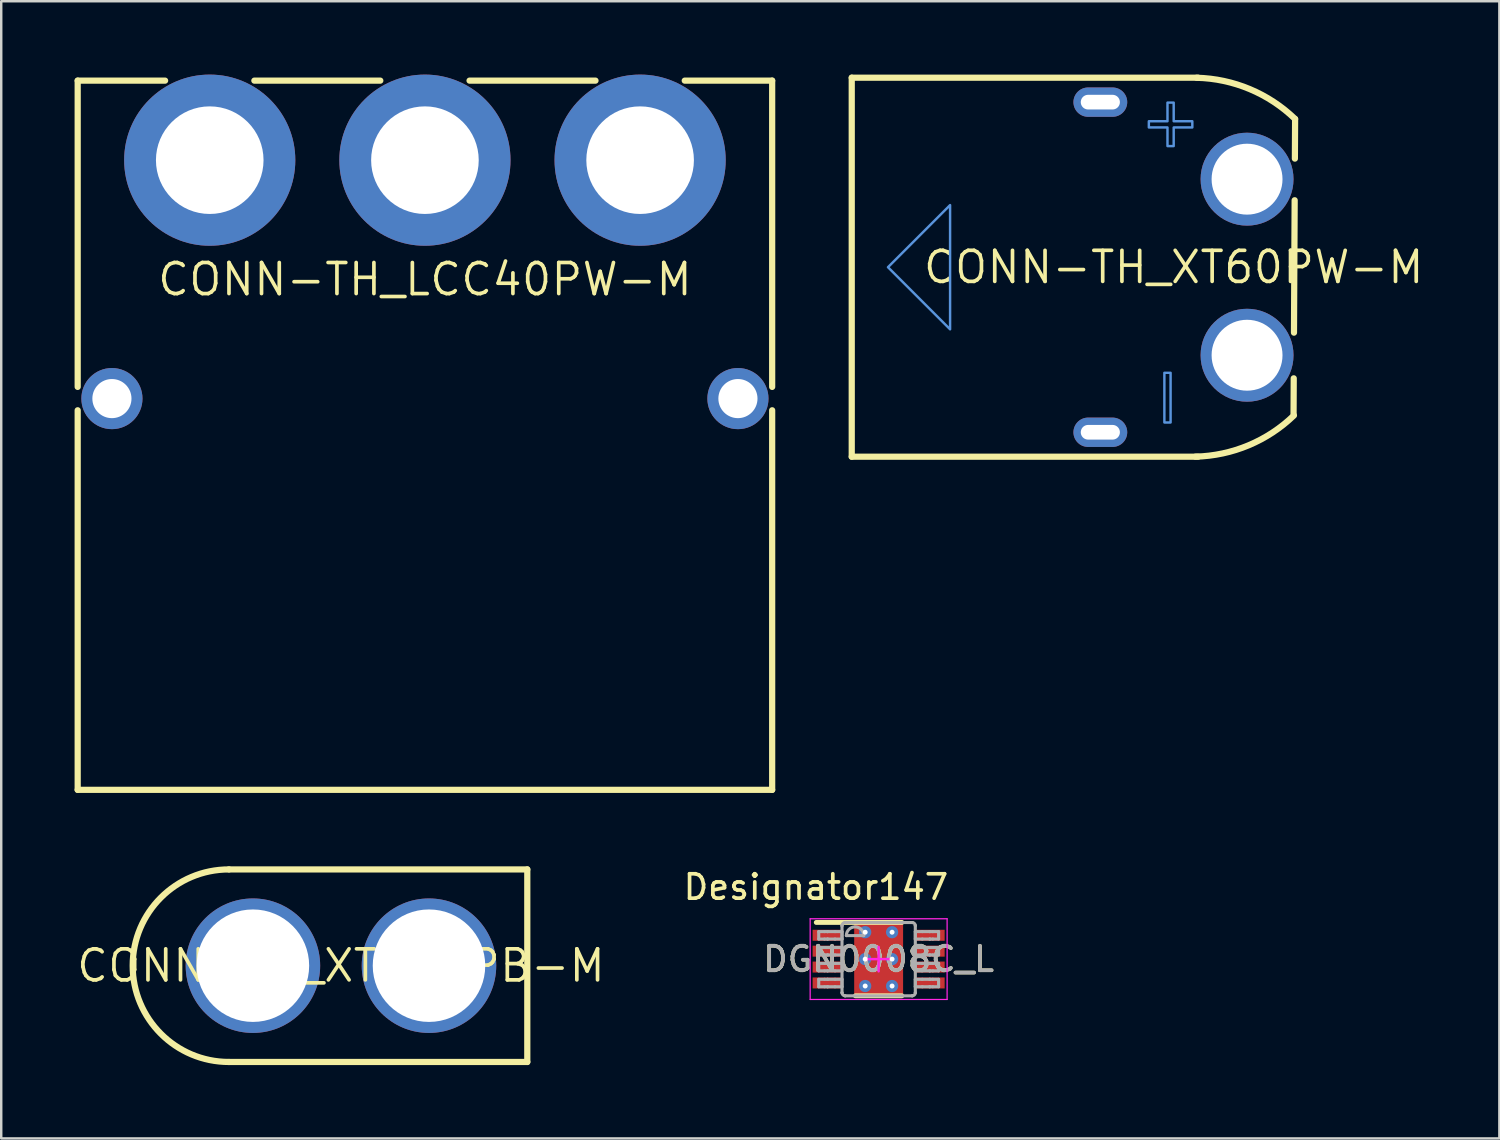
<source format=kicad_pcb>
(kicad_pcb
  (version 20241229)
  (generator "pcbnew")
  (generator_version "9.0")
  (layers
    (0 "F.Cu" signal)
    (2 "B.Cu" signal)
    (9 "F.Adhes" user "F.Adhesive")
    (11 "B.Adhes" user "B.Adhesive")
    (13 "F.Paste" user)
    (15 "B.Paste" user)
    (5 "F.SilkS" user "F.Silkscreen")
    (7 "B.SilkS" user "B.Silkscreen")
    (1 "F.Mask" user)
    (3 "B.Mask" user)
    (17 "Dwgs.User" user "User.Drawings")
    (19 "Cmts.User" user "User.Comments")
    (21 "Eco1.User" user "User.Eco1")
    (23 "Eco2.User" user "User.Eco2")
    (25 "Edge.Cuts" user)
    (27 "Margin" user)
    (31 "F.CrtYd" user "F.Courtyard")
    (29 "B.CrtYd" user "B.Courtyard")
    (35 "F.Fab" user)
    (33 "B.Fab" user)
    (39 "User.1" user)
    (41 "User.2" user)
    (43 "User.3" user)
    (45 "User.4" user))
  (footprint "CONN-TH_XT60UPB-M"
    (layer "F.Cu")
    (at 10.893 36.441)
    (property "Reference" "CONN-TH_XT60UPB-M" (at 0 0 0) (layer "F.SilkS") (effects (font (size 1.27 1.27) (thickness 0.15))))
    (attr through_hole)
    (fp_line (start -4.58 -3.937) (end 7.62 -3.937) (stroke (width 0.254) (type solid)) (layer "F.SilkS"))
    (fp_line (start 7.62 -3.937) (end 7.62 3.937) (stroke (width 0.254) (type solid)) (layer "F.SilkS"))
    (fp_line (start 7.62 3.937) (end -4.58 3.937) (stroke (width 0.254) (type solid)) (layer "F.SilkS"))
    (fp_arc (start -4.58 3.937) (mid -8.517 0) (end -4.58 -3.937) (stroke (width 0.254) (type solid)) (layer "F.SilkS"))
    (fp_text user "" (at 0 0 0) (layer "Cmts.User") (effects (font (size 1 1) (thickness 0.15))))
    (pad "1" thru_hole circle (at -3.6 0) (size 5.5 5.5) (drill 4.6) (layers "*.Cu" "*.Paste" "*.Mask"))
    (pad "2" thru_hole circle (at 3.6 0) (size 5.5 5.5) (drill 4.6) (layers "*.Cu" "*.Paste" "*.Mask")))
  (footprint "DGN0008C_L"
    (layer "F.Cu")
    (at 32.881 36.172)
    (property "Reference" "DGN0008C_L" (at 0 0 0) (unlocked yes) (layer "F.SilkS") (effects (font (size 1 1) (thickness 0.15))))
    (attr smd)
    (fp_poly (pts (xy -0.8 0.912) (xy -0.8 -0.912) (xy -0.799 -0.921) (xy -0.796 -0.93) (xy -0.792 -0.939) (xy -0.786 -0.946) (xy -0.779 -0.952) (xy -0.77 -0.956) (xy -0.761 -0.959) (xy -0.752 -0.96) (xy 0.752 -0.96) (xy 0.761 -0.959) (xy 0.77 -0.956) (xy 0.779 -0.952) (xy 0.786 -0.946) (xy 0.792 -0.939) (xy 0.796 -0.93) (xy 0.799 -0.921) (xy 0.8 -0.912) (xy 0.8 0.912) (xy 0.799 0.921) (xy 0.796 0.93) (xy 0.792 0.939) (xy 0.786 0.946) (xy 0.779 0.952) (xy 0.77 0.956) (xy 0.761 0.959) (xy 0.752 0.96) (xy -0.752 0.96) (xy -0.761 0.959) (xy -0.77 0.956) (xy -0.779 0.952) (xy -0.786 0.946) (xy -0.792 0.939) (xy -0.796 0.93) (xy -0.799 0.921)) (stroke (width 0) (type solid)) (fill yes) (layer "F.Mask"))
    (fp_line (start -2.55 -1.5) (end 0.95 -1.5) (stroke (width 0.2) (type solid)) (layer "F.SilkS"))
    (fp_line (start -0.95 1.5) (end 0.95 1.5) (stroke (width 0.2) (type solid)) (layer "F.SilkS"))
    (fp_poly (pts (xy -0.8 0.912) (xy -0.8 -0.912) (xy -0.799 -0.921) (xy -0.796 -0.93) (xy -0.792 -0.939) (xy -0.786 -0.946) (xy -0.779 -0.952) (xy -0.77 -0.956) (xy -0.761 -0.959) (xy -0.752 -0.96) (xy 0.752 -0.96) (xy 0.761 -0.959) (xy 0.77 -0.956) (xy 0.779 -0.952) (xy 0.786 -0.946) (xy 0.792 -0.939) (xy 0.796 -0.93) (xy 0.799 -0.921) (xy 0.8 -0.912) (xy 0.8 0.912) (xy 0.799 0.921) (xy 0.796 0.93) (xy 0.792 0.939) (xy 0.786 0.946) (xy 0.779 0.952) (xy 0.77 0.956) (xy 0.761 0.959) (xy 0.752 0.96) (xy -0.752 0.96) (xy -0.761 0.959) (xy -0.77 0.956) (xy -0.779 0.952) (xy -0.786 0.946) (xy -0.792 0.939) (xy -0.796 0.93) (xy -0.799 0.921)) (stroke (width 0) (type solid)) (fill yes) (layer "F.Paste"))
    (fp_line (start -2.8 -1.65) (end 2.8 -1.65) (stroke (width 0.05) (type solid)) (layer "F.CrtYd"))
    (fp_line (start -2.8 1.65) (end -2.8 -1.65) (stroke (width 0.05) (type solid)) (layer "F.CrtYd"))
    (fp_line (start -2.8 1.65) (end 2.8 1.65) (stroke (width 0.05) (type solid)) (layer "F.CrtYd"))
    (fp_line (start -0.5 0) (end 0.5 0) (stroke (width 0.1) (type solid)) (layer "F.CrtYd"))
    (fp_line (start -0.000003 0.5) (end -0.000003 -0.5) (stroke (width 0.1) (type solid)) (layer "F.CrtYd"))
    (fp_line (start 2.8 1.65) (end 2.8 -1.65) (stroke (width 0.05) (type solid)) (layer "F.CrtYd"))
    (fp_line (start -2.45 -1.125) (end -2.21 -1.125) (stroke (width 0.127) (type solid)) (layer "F.Fab"))
    (fp_line (start -2.45 -0.82) (end -2.45 -1.125) (stroke (width 0.127) (type solid)) (layer "F.Fab"))
    (fp_line (start -2.45 -0.82) (end -2.21 -0.82) (stroke (width 0.127) (type solid)) (layer "F.Fab"))
    (fp_line (start -2.45 -0.475) (end -2.21 -0.475) (stroke (width 0.127) (type solid)) (layer "F.Fab"))
    (fp_line (start -2.45 -0.17) (end -2.45 -0.475) (stroke (width 0.127) (type solid)) (layer "F.Fab"))
    (fp_line (start -2.45 -0.17) (end -2.21 -0.17) (stroke (width 0.127) (type solid)) (layer "F.Fab"))
    (fp_line (start -2.45 0.175) (end -2.21 0.175) (stroke (width 0.127) (type solid)) (layer "F.Fab"))
    (fp_line (start -2.45 0.48) (end -2.45 0.175) (stroke (width 0.127) (type solid)) (layer "F.Fab"))
    (fp_line (start -2.45 0.48) (end -2.21 0.48) (stroke (width 0.127) (type solid)) (layer "F.Fab"))
    (fp_line (start -2.45 0.826) (end -2.21 0.826) (stroke (width 0.127) (type solid)) (layer "F.Fab"))
    (fp_line (start -2.45 1.131) (end -2.45 0.826) (stroke (width 0.127) (type solid)) (layer "F.Fab"))
    (fp_line (start -2.45 1.131) (end -2.21 1.131) (stroke (width 0.127) (type solid)) (layer "F.Fab"))
    (fp_line (start -2.21 -1.125) (end -2.09 -1.125) (stroke (width 0.127) (type solid)) (layer "F.Fab"))
    (fp_line (start -2.21 -0.82) (end -2.09 -0.82) (stroke (width 0.127) (type solid)) (layer "F.Fab"))
    (fp_line (start -2.21 -0.475) (end -2.09 -0.475) (stroke (width 0.127) (type solid)) (layer "F.Fab"))
    (fp_line (start -2.21 -0.17) (end -2.09 -0.17) (stroke (width 0.127) (type solid)) (layer "F.Fab"))
    (fp_line (start -2.21 0.175) (end -2.09 0.175) (stroke (width 0.127) (type solid)) (layer "F.Fab"))
    (fp_line (start -2.21 0.48) (end -2.09 0.48) (stroke (width 0.127) (type solid)) (layer "F.Fab"))
    (fp_line (start -2.21 0.826) (end -2.09 0.826) (stroke (width 0.127) (type solid)) (layer "F.Fab"))
    (fp_line (start -2.21 1.131) (end -2.09 1.131) (stroke (width 0.127) (type solid)) (layer "F.Fab"))
    (fp_line (start -2.09 -1.125) (end -2.087 -1.125) (stroke (width 0.127) (type solid)) (layer "F.Fab"))
    (fp_line (start -2.09 -0.82) (end -2.087 -0.82) (stroke (width 0.127) (type solid)) (layer "F.Fab"))
    (fp_line (start -2.09 -0.475) (end -2.087 -0.475) (stroke (width 0.127) (type solid)) (layer "F.Fab"))
    (fp_line (start -2.09 -0.17) (end -2.087 -0.17) (stroke (width 0.127) (type solid)) (layer "F.Fab"))
    (fp_line (start -2.09 0.175) (end -2.087 0.175) (stroke (width 0.127) (type solid)) (layer "F.Fab"))
    (fp_line (start -2.09 0.48) (end -2.087 0.48) (stroke (width 0.127) (type solid)) (layer "F.Fab"))
    (fp_line (start -2.09 0.826) (end -2.087 0.826) (stroke (width 0.127) (type solid)) (layer "F.Fab"))
    (fp_line (start -2.09 1.131) (end -2.087 1.131) (stroke (width 0.127) (type solid)) (layer "F.Fab"))
    (fp_line (start -2.087 -1.125) (end -1.784 -1.125) (stroke (width 0.127) (type solid)) (layer "F.Fab"))
    (fp_line (start -2.087 -0.82) (end -1.784 -0.82) (stroke (width 0.127) (type solid)) (layer "F.Fab"))
    (fp_line (start -2.087 -0.475) (end -1.784 -0.475) (stroke (width 0.127) (type solid)) (layer "F.Fab"))
    (fp_line (start -2.087 -0.17) (end -1.784 -0.17) (stroke (width 0.127) (type solid)) (layer "F.Fab"))
    (fp_line (start -2.087 0.175) (end -1.784 0.175) (stroke (width 0.127) (type solid)) (layer "F.Fab"))
    (fp_line (start -2.087 0.48) (end -1.784 0.48) (stroke (width 0.127) (type solid)) (layer "F.Fab"))
    (fp_line (start -2.087 0.826) (end -1.784 0.826) (stroke (width 0.127) (type solid)) (layer "F.Fab"))
    (fp_line (start -2.087 1.131) (end -1.784 1.131) (stroke (width 0.127) (type solid)) (layer "F.Fab"))
    (fp_line (start -1.784 -1.125) (end -1.498 -1.125) (stroke (width 0.127) (type solid)) (layer "F.Fab"))
    (fp_line (start -1.784 -0.82) (end -1.498 -0.82) (stroke (width 0.127) (type solid)) (layer "F.Fab"))
    (fp_line (start -1.784 -0.475) (end -1.498 -0.475) (stroke (width 0.127) (type solid)) (layer "F.Fab"))
    (fp_line (start -1.784 -0.17) (end -1.498 -0.17) (stroke (width 0.127) (type solid)) (layer "F.Fab"))
    (fp_line (start -1.784 0.175) (end -1.498 0.175) (stroke (width 0.127) (type solid)) (layer "F.Fab"))
    (fp_line (start -1.784 0.48) (end -1.498 0.48) (stroke (width 0.127) (type solid)) (layer "F.Fab"))
    (fp_line (start -1.784 0.826) (end -1.498 0.826) (stroke (width 0.127) (type solid)) (layer "F.Fab"))
    (fp_line (start -1.784 1.131) (end -1.498 1.131) (stroke (width 0.127) (type solid)) (layer "F.Fab"))
    (fp_line (start -1.498 -1.369) (end -1.497 -1.372) (stroke (width 0.127) (type solid)) (layer "F.Fab"))
    (fp_line (start -1.498 -0.82) (end -1.498 -1.125) (stroke (width 0.127) (type solid)) (layer "F.Fab"))
    (fp_line (start -1.498 -0.17) (end -1.498 -0.475) (stroke (width 0.127) (type solid)) (layer "F.Fab"))
    (fp_line (start -1.498 0.48) (end -1.498 0.175) (stroke (width 0.127) (type solid)) (layer "F.Fab"))
    (fp_line (start -1.498 1.131) (end -1.498 0.826) (stroke (width 0.127) (type solid)) (layer "F.Fab"))
    (fp_line (start -1.498 1.374) (end -1.498 -1.369) (stroke (width 0.127) (type solid)) (layer "F.Fab"))
    (fp_line (start -1.498 1.374) (end -1.497 1.377) (stroke (width 0.127) (type solid)) (layer "F.Fab"))
    (fp_line (start -1.373 -1.496) (end -1.371 -1.496) (stroke (width 0.127) (type solid)) (layer "F.Fab"))
    (fp_line (start -1.373 1.501) (end -1.371 1.501) (stroke (width 0.127) (type solid)) (layer "F.Fab"))
    (fp_line (start -1.371 -1.496) (end 1.373 -1.496) (stroke (width 0.127) (type solid)) (layer "F.Fab"))
    (fp_line (start -1.371 1.501) (end 1.373 1.501) (stroke (width 0.127) (type solid)) (layer "F.Fab"))
    (fp_line (start -1.32 -0.962) (end -0.609 -0.962) (stroke (width 0.127) (type solid)) (layer "F.Fab"))
    (fp_line (start 1.373 -1.496) (end 1.375 -1.496) (stroke (width 0.127) (type solid)) (layer "F.Fab"))
    (fp_line (start 1.373 1.501) (end 1.375 1.501) (stroke (width 0.127) (type solid)) (layer "F.Fab"))
    (fp_line (start 1.5 -1.372) (end 1.5 -1.369) (stroke (width 0.127) (type solid)) (layer "F.Fab"))
    (fp_line (start 1.5 1.377) (end 1.5 1.374) (stroke (width 0.127) (type solid)) (layer "F.Fab"))
    (fp_line (start 1.5 -1.125) (end 1.786 -1.125) (stroke (width 0.127) (type solid)) (layer "F.Fab"))
    (fp_line (start 1.5 -0.82) (end 1.5 -1.125) (stroke (width 0.127) (type solid)) (layer "F.Fab"))
    (fp_line (start 1.5 -0.82) (end 1.786 -0.82) (stroke (width 0.127) (type solid)) (layer "F.Fab"))
    (fp_line (start 1.5 -0.475) (end 1.786 -0.475) (stroke (width 0.127) (type solid)) (layer "F.Fab"))
    (fp_line (start 1.5 -0.17) (end 1.5 -0.475) (stroke (width 0.127) (type solid)) (layer "F.Fab"))
    (fp_line (start 1.5 -0.17) (end 1.786 -0.17) (stroke (width 0.127) (type solid)) (layer "F.Fab"))
    (fp_line (start 1.5 0.175) (end 1.786 0.175) (stroke (width 0.127) (type solid)) (layer "F.Fab"))
    (fp_line (start 1.5 0.48) (end 1.5 0.175) (stroke (width 0.127) (type solid)) (layer "F.Fab"))
    (fp_line (start 1.5 0.48) (end 1.786 0.48) (stroke (width 0.127) (type solid)) (layer "F.Fab"))
    (fp_line (start 1.5 0.826) (end 1.786 0.826) (stroke (width 0.127) (type solid)) (layer "F.Fab"))
    (fp_line (start 1.5 1.131) (end 1.5 0.826) (stroke (width 0.127) (type solid)) (layer "F.Fab"))
    (fp_line (start 1.5 1.131) (end 1.786 1.131) (stroke (width 0.127) (type solid)) (layer "F.Fab"))
    (fp_line (start 1.5 1.374) (end 1.5 -1.369) (stroke (width 0.127) (type solid)) (layer "F.Fab"))
    (fp_line (start 1.786 -1.125) (end 2.089 -1.125) (stroke (width 0.127) (type solid)) (layer "F.Fab"))
    (fp_line (start 1.786 -0.82) (end 2.089 -0.82) (stroke (width 0.127) (type solid)) (layer "F.Fab"))
    (fp_line (start 1.786 -0.475) (end 2.089 -0.475) (stroke (width 0.127) (type solid)) (layer "F.Fab"))
    (fp_line (start 1.786 -0.17) (end 2.089 -0.17) (stroke (width 0.127) (type solid)) (layer "F.Fab"))
    (fp_line (start 1.786 0.175) (end 2.089 0.175) (stroke (width 0.127) (type solid)) (layer "F.Fab"))
    (fp_line (start 1.786 0.48) (end 2.089 0.48) (stroke (width 0.127) (type solid)) (layer "F.Fab"))
    (fp_line (start 1.786 0.826) (end 2.089 0.826) (stroke (width 0.127) (type solid)) (layer "F.Fab"))
    (fp_line (start 1.786 1.131) (end 2.089 1.131) (stroke (width 0.127) (type solid)) (layer "F.Fab"))
    (fp_line (start 2.089 -1.125) (end 2.093 -1.125) (stroke (width 0.127) (type solid)) (layer "F.Fab"))
    (fp_line (start 2.089 -0.82) (end 2.093 -0.82) (stroke (width 0.127) (type solid)) (layer "F.Fab"))
    (fp_line (start 2.089 -0.475) (end 2.093 -0.475) (stroke (width 0.127) (type solid)) (layer "F.Fab"))
    (fp_line (start 2.089 -0.17) (end 2.093 -0.17) (stroke (width 0.127) (type solid)) (layer "F.Fab"))
    (fp_line (start 2.089 0.175) (end 2.093 0.175) (stroke (width 0.127) (type solid)) (layer "F.Fab"))
    (fp_line (start 2.089 0.48) (end 2.093 0.48) (stroke (width 0.127) (type solid)) (layer "F.Fab"))
    (fp_line (start 2.089 0.826) (end 2.093 0.826) (stroke (width 0.127) (type solid)) (layer "F.Fab"))
    (fp_line (start 2.089 1.131) (end 2.093 1.131) (stroke (width 0.127) (type solid)) (layer "F.Fab"))
    (fp_line (start 2.093 -1.125) (end 2.213 -1.125) (stroke (width 0.127) (type solid)) (layer "F.Fab"))
    (fp_line (start 2.093 -0.82) (end 2.213 -0.82) (stroke (width 0.127) (type solid)) (layer "F.Fab"))
    (fp_line (start 2.093 -0.475) (end 2.213 -0.475) (stroke (width 0.127) (type solid)) (layer "F.Fab"))
    (fp_line (start 2.093 -0.17) (end 2.213 -0.17) (stroke (width 0.127) (type solid)) (layer "F.Fab"))
    (fp_line (start 2.093 0.175) (end 2.213 0.175) (stroke (width 0.127) (type solid)) (layer "F.Fab"))
    (fp_line (start 2.093 0.48) (end 2.213 0.48) (stroke (width 0.127) (type solid)) (layer "F.Fab"))
    (fp_line (start 2.093 0.826) (end 2.213 0.826) (stroke (width 0.127) (type solid)) (layer "F.Fab"))
    (fp_line (start 2.093 1.131) (end 2.213 1.131) (stroke (width 0.127) (type solid)) (layer "F.Fab"))
    (fp_line (start 2.213 -1.125) (end 2.452 -1.125) (stroke (width 0.127) (type solid)) (layer "F.Fab"))
    (fp_line (start 2.213 -0.82) (end 2.452 -0.82) (stroke (width 0.127) (type solid)) (layer "F.Fab"))
    (fp_line (start 2.213 -0.475) (end 2.452 -0.475) (stroke (width 0.127) (type solid)) (layer "F.Fab"))
    (fp_line (start 2.213 -0.17) (end 2.452 -0.17) (stroke (width 0.127) (type solid)) (layer "F.Fab"))
    (fp_line (start 2.213 0.175) (end 2.452 0.175) (stroke (width 0.127) (type solid)) (layer "F.Fab"))
    (fp_line (start 2.213 0.48) (end 2.452 0.48) (stroke (width 0.127) (type solid)) (layer "F.Fab"))
    (fp_line (start 2.213 0.826) (end 2.452 0.826) (stroke (width 0.127) (type solid)) (layer "F.Fab"))
    (fp_line (start 2.213 1.131) (end 2.452 1.131) (stroke (width 0.127) (type solid)) (layer "F.Fab"))
    (fp_line (start 2.452 -0.82) (end 2.452 -1.125) (stroke (width 0.127) (type solid)) (layer "F.Fab"))
    (fp_line (start 2.452 -0.17) (end 2.452 -0.475) (stroke (width 0.127) (type solid)) (layer "F.Fab"))
    (fp_line (start 2.452 0.48) (end 2.452 0.175) (stroke (width 0.127) (type solid)) (layer "F.Fab"))
    (fp_line (start 2.452 1.131) (end 2.452 0.826) (stroke (width 0.127) (type solid)) (layer "F.Fab"))
    (fp_arc (start -1.497476 -1.371582) (mid -1.460306 -1.458644) (end -1.373243 -1.495814) (stroke (width 0.127) (type solid)) (layer "F.Fab"))
    (fp_arc (start -1.373243 1.501336) (mid -1.460306 1.464166) (end -1.497476 1.377104) (stroke (width 0.127) (type solid)) (layer "F.Fab"))
    (fp_arc (start -1.3197 -0.962439) (mid -0.9641 -1.318039) (end -0.6085 -0.962439) (stroke (width 0.127) (type solid)) (layer "F.Fab"))
    (fp_arc (start 1.375443 -1.495814) (mid 1.462505 -1.458644) (end 1.499675 -1.371582) (stroke (width 0.127) (type solid)) (layer "F.Fab"))
    (fp_arc (start 1.499675 1.377104) (mid 1.462505 1.464166) (end 1.375443 1.501336) (stroke (width 0.127) (type solid)) (layer "F.Fab"))
    (fp_text user "Designator147" (at -2.565 -2.946 0) (unlocked yes) (layer "F.SilkS") (effects (font (size 1 1) (thickness 0.15))))
    (fp_text user "${REFERENCE}" (at 0 0 0) (unlocked yes) (layer "F.Fab") (effects (font (size 1 1) (thickness 0.15))))
    (pad "1" smd rect (at -2.125 -0.975 90) (size 0.45 1.15) (layers "F.Cu" "F.Mask" "F.Paste"))
    (pad "2" smd rect (at -2.125 -0.325 90) (size 0.45 1.15) (layers "F.Cu" "F.Mask" "F.Paste"))
    (pad "3" smd rect (at -2.125 0.325 90) (size 0.45 1.15) (layers "F.Cu" "F.Mask" "F.Paste"))
    (pad "4" smd rect (at -2.125 0.975 90) (size 0.45 1.15) (layers "F.Cu" "F.Mask" "F.Paste"))
    (pad "5" smd rect (at 2.125 0.975 90) (size 0.45 1.15) (layers "F.Cu" "F.Mask" "F.Paste"))
    (pad "6" smd rect (at 2.125 0.325 90) (size 0.45 1.15) (layers "F.Cu" "F.Mask" "F.Paste"))
    (pad "7" smd rect (at 2.125 -0.325 90) (size 0.45 1.15) (layers "F.Cu" "F.Mask" "F.Paste"))
    (pad "8" smd rect (at 2.125 -0.975 90) (size 0.45 1.15) (layers "F.Cu" "F.Mask" "F.Paste"))
    (pad "9" smd rect (at 0 0) (size 2 3) (layers "F.Cu"))
    (pad "V" thru_hole circle (at -0.55 -1.1) (size 0.5 0.5) (drill 0.203) (layers "*.Cu" "*.Mask"))
    (pad "V" thru_hole circle (at -0.55 0) (size 0.5 0.5) (drill 0.203) (layers "*.Cu" "*.Mask"))
    (pad "V" thru_hole circle (at -0.55 1.1) (size 0.5 0.5) (drill 0.203) (layers "*.Cu" "*.Mask"))
    (pad "V" thru_hole circle (at 0.55 -1.1) (size 0.5 0.5) (drill 0.203) (layers "*.Cu" "*.Mask"))
    (pad "V" thru_hole circle (at 0.55 0) (size 0.5 0.5) (drill 0.203) (layers "*.Cu" "*.Mask"))
    (pad "V" thru_hole circle (at 0.55 1.1) (size 0.5 0.5) (drill 0.203) (layers "*.Cu" "*.Mask")))
  (footprint "CONN-TH_LCC40PW-M"
    (layer "F.Cu")
    (at 14.327 8.375)
    (property "Reference" "CONN-TH_LCC40PW-M" (at 0 0 0) (layer "F.SilkS") (effects (font (size 1.27 1.27) (thickness 0.15))))
    (attr through_hole)
    (fp_line (start -14.2 -8.128) (end -10.625 -8.128) (stroke (width 0.254) (type solid)) (layer "F.SilkS"))
    (fp_line (start -14.2 4.397) (end -14.2 -8.128) (stroke (width 0.254) (type solid)) (layer "F.SilkS"))
    (fp_line (start -14.2 20.875) (end -14.2 5.353) (stroke (width 0.254) (type solid)) (layer "F.SilkS"))
    (fp_line (start -14.2 20.875) (end 14.2 20.875) (stroke (width 0.254) (type solid)) (layer "F.SilkS"))
    (fp_line (start -6.975 -8.128) (end -1.825 -8.128) (stroke (width 0.254) (type solid)) (layer "F.SilkS"))
    (fp_line (start 1.825 -8.128) (end 6.975 -8.128) (stroke (width 0.254) (type solid)) (layer "F.SilkS"))
    (fp_line (start 10.625 -8.128) (end 14.2 -8.128) (stroke (width 0.254) (type solid)) (layer "F.SilkS"))
    (fp_line (start 14.2 4.397) (end 14.2 -8.128) (stroke (width 0.254) (type solid)) (layer "F.SilkS"))
    (fp_line (start 14.2 20.875) (end 14.2 5.353) (stroke (width 0.254) (type solid)) (layer "F.SilkS"))
    (fp_text user "" (at 0 0 0) (layer "Cmts.User") (effects (font (size 1 1) (thickness 0.15))))
    (pad "1" thru_hole circle (at 8.8 -4.875 180) (size 7 7) (drill 4.4) (layers "*.Cu" "*.Paste" "*.Mask"))
    (pad "2" thru_hole circle (at 0 -4.875 180) (size 7 7) (drill 4.4) (layers "*.Cu" "*.Paste" "*.Mask"))
    (pad "3" thru_hole circle (at -8.8 -4.875 180) (size 7 7) (drill 4.4) (layers "*.Cu" "*.Paste" "*.Mask"))
    (pad "4" thru_hole circle (at -12.8 4.875 180) (size 2.5 2.5) (drill 1.6) (layers "*.Cu" "*.Paste" "*.Mask"))
    (pad "5" thru_hole circle (at 12.8 4.875 180) (size 2.5 2.5) (drill 1.6) (layers "*.Cu" "*.Paste" "*.Mask")))
  (footprint "CONN-TH_XT60PW-M"
    (layer "F.Cu")
    (at 44.947 7.877)
    (property "Reference" "CONN-TH_XT60PW-M" (at 0 0 0) (layer "F.SilkS") (effects (font (size 1.27 1.27) (thickness 0.15))))
    (attr through_hole)
    (fp_line (start -13.166 -7.75) (end 1 -7.75) (stroke (width 0.254) (type solid)) (layer "F.SilkS"))
    (fp_line (start -13.166 7.75) (end -13.166 -7.75) (stroke (width 0.254) (type solid)) (layer "F.SilkS"))
    (fp_line (start -13.166 7.75) (end 1 7.75) (stroke (width 0.254) (type solid)) (layer "F.SilkS"))
    (fp_line (start 4.909 4.544) (end 4.902 5.994) (stroke (width 0.254) (type solid)) (layer "F.SilkS"))
    (fp_line (start 4.947 -2.738) (end 4.919 2.676) (stroke (width 0.254) (type solid)) (layer "F.SilkS"))
    (fp_line (start 4.965 -6.062) (end 4.956 -4.441) (stroke (width 0.254) (type solid)) (layer "F.SilkS"))
    (fp_arc (start 0.937 -7.747) (mid 3.109636 -7.283825) (end 4.964813 -6.061861) (stroke (width 0.254) (type solid)) (layer "F.SilkS"))
    (fp_arc (start 4.917 6.062) (mid 3.061759 7.284022) (end 0.889043 7.747229) (stroke (width 0.254) (type solid)) (layer "F.SilkS"))
    (fp_poly (pts (xy -9.144 -2.54) (xy -9.144 2.54) (xy -11.684 0)) (stroke (width 0.1) (type solid)) (fill no) (layer "Cmts.User"))
    (fp_poly (pts (xy -0.381 4.318) (xy -0.127 4.318) (xy -0.127 6.35) (xy -0.381 6.35)) (stroke (width 0.1) (type solid)) (fill no) (layer "Cmts.User"))
    (fp_poly (pts (xy -0.254 -6.731) (xy 0 -6.731) (xy 0 -5.969) (xy 0.762 -5.969) (xy 0.762 -5.715) (xy 0 -5.715) (xy 0 -4.953) (xy -0.254 -4.953) (xy -0.254 -5.715) (xy -1.016 -5.715) (xy -1.016 -5.969) (xy -0.254 -5.969)) (stroke (width 0.1) (type solid)) (fill no) (layer "Cmts.User"))
    (fp_text user "" (at 0 0 0) (layer "Cmts.User") (effects (font (size 1 1) (thickness 0.15))))
    (pad "1" thru_hole circle (at 3 3.6 90) (size 3.8 3.8) (drill 2.9) (layers "*.Cu" "*.Paste" "*.Mask"))
    (pad "2" thru_hole circle (at 3 -3.6 90) (size 3.8 3.8) (drill 2.9) (layers "*.Cu" "*.Paste" "*.Mask"))
    (pad "3" thru_hole oval (at -3 -6.75 90) (size 1.2 2.2) (drill oval 0.6 1.6) (layers "*.Cu" "*.Paste" "*.Mask"))
    (pad "4" thru_hole oval (at -3 6.75 90) (size 1.2 2.2) (drill oval 0.6 1.6) (layers "*.Cu" "*.Paste" "*.Mask")))
  (gr_rect
    (start -3 -3)
    (end 58.265 43.505)
    (stroke (width 0.1) (type default))
    (fill no)
    (layer "Edge.Cuts")))
</source>
